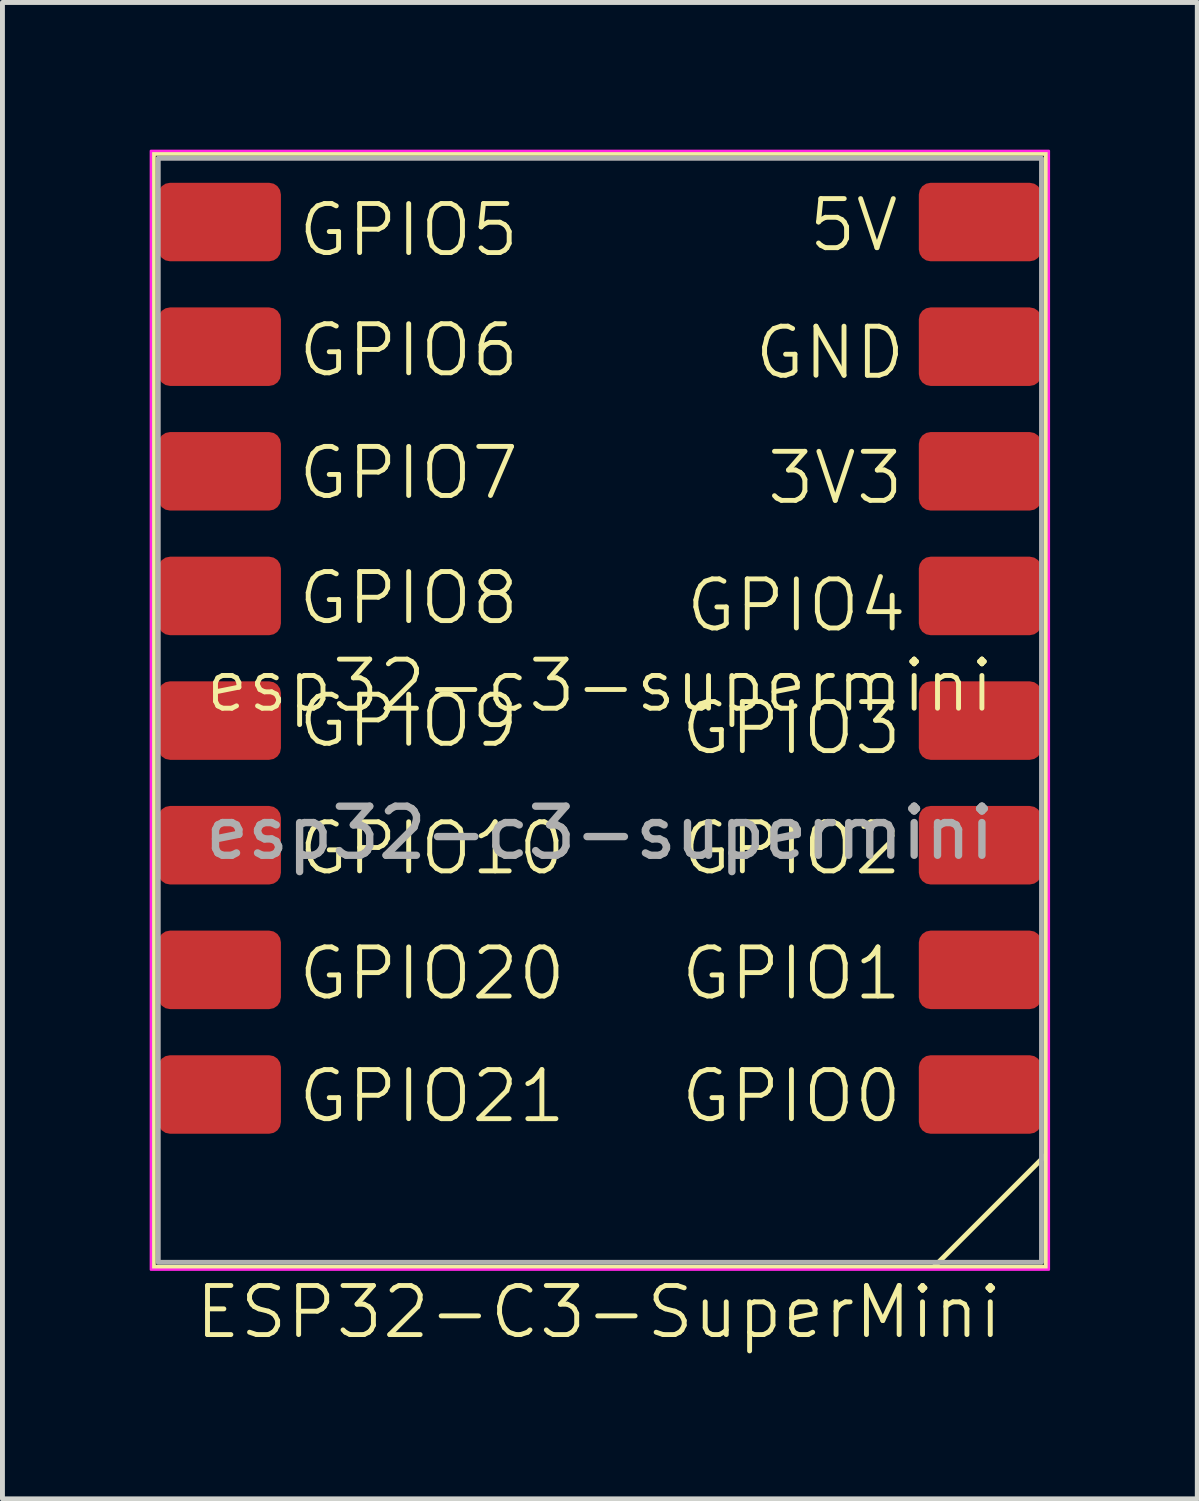
<source format=kicad_pcb>
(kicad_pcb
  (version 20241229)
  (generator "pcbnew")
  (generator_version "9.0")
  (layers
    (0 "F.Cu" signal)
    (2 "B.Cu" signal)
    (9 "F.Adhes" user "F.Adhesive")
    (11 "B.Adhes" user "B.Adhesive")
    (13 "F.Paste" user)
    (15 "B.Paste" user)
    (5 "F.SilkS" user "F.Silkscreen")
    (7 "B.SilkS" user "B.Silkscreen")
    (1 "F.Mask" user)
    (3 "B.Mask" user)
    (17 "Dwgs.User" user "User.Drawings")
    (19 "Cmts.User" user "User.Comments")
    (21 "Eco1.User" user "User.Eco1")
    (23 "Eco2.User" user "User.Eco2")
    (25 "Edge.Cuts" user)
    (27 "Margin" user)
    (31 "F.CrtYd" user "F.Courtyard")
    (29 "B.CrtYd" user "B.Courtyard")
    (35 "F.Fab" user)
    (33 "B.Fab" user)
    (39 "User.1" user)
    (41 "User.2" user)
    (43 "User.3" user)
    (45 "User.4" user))
  (footprint "esp32-c3-supermini"
    (layer "F.Cu")
    (at 9.175 11.425)
    (property "Reference" "esp32-c3-supermini" (at 0 -0.5 0) (unlocked yes) (layer "F.SilkS") (effects (font (size 1 1) (thickness 0.1))))
    (attr smd)
    (fp_line (start 6.8 11.35) (end 9.1 9.05) (stroke (width 0.1) (type default)) (layer "F.SilkS"))
    (fp_rect (start -9.1 -11.35) (end 9.1 11.35) (stroke (width 0.1) (type default)) (fill no) (layer "F.SilkS"))
    (fp_rect (start -9.15 -11.4) (end 9.15 11.4) (stroke (width 0.05) (type default)) (fill no) (layer "F.CrtYd"))
    (fp_rect (start -9 -11.25) (end 9 11.25) (stroke (width 0.1) (type solid)) (fill no) (layer "F.Fab"))
    (fp_text user "5V" (at 4.2 -9.3 0) (unlocked yes) (layer "F.SilkS") (effects (font (size 1 1) (thickness 0.1)) (justify left bottom)))
    (fp_text user "GPIO5" (at -6.2 -9.2 0) (unlocked yes) (layer "F.SilkS") (effects (font (size 1 1) (thickness 0.1)) (justify left bottom)))
    (fp_text user "GPIO8" (at -6.2 -1.7 0) (unlocked yes) (layer "F.SilkS") (effects (font (size 1 1) (thickness 0.1)) (justify left bottom)))
    (fp_text user "3V3" (at 3.35 -4.15 0) (unlocked yes) (layer "F.SilkS") (effects (font (size 1 1) (thickness 0.1)) (justify left bottom)))
    (fp_text user "GPIO21" (at -6.2 8.45 0) (unlocked yes) (layer "F.SilkS") (effects (font (size 1 1) (thickness 0.1)) (justify left bottom)))
    (fp_text user "ESP32-C3-SuperMini" (at -8.3 12.85 0) (unlocked yes) (layer "F.SilkS") (effects (font (size 1 1) (thickness 0.1)) (justify left bottom)))
    (fp_text user "GPIO7" (at -6.2 -4.25 0) (unlocked yes) (layer "F.SilkS") (effects (font (size 1 1) (thickness 0.1)) (justify left bottom)))
    (fp_text user "GND" (at 3.1 -6.7 0) (unlocked yes) (layer "F.SilkS") (effects (font (size 1 1) (thickness 0.1)) (justify left bottom)))
    (fp_text user "GPIO9" (at -6.2 0.8 0) (unlocked yes) (layer "F.SilkS") (effects (font (size 1 1) (thickness 0.1)) (justify left bottom)))
    (fp_text user "GPIO3" (at 1.6 0.95 0) (unlocked yes) (layer "F.SilkS") (effects (font (size 1 1) (thickness 0.1)) (justify left bottom)))
    (fp_text user "GPIO2" (at 1.6 3.4 0) (unlocked yes) (layer "F.SilkS") (effects (font (size 1 1) (thickness 0.1)) (justify left bottom)))
    (fp_text user "GPIO6" (at -6.2 -6.75 0) (unlocked yes) (layer "F.SilkS") (effects (font (size 1 1) (thickness 0.1)) (justify left bottom)))
    (fp_text user "GPIO10" (at -6.2 3.4 0) (unlocked yes) (layer "F.SilkS") (effects (font (size 1 1) (thickness 0.1)) (justify left bottom)))
    (fp_text user "GPIO4" (at 1.7 -1.55 0) (unlocked yes) (layer "F.SilkS") (effects (font (size 1 1) (thickness 0.1)) (justify left bottom)))
    (fp_text user "GPIO1" (at 1.6 5.95 0) (unlocked yes) (layer "F.SilkS") (effects (font (size 1 1) (thickness 0.1)) (justify left bottom)))
    (fp_text user "GPIO20" (at -6.2 5.95 0) (unlocked yes) (layer "F.SilkS") (effects (font (size 1 1) (thickness 0.1)) (justify left bottom)))
    (fp_text user "GPIO0" (at 1.6 8.45 0) (unlocked yes) (layer "F.SilkS") (effects (font (size 1 1) (thickness 0.1)) (justify left bottom)))
    (fp_text user "${REFERENCE}" (at 0 2.5 0) (unlocked yes) (layer "F.Fab") (effects (font (size 1 1) (thickness 0.15))))
    (pad "1" smd roundrect (at 7.75 7.83) (size 2.5 1.6) (layers "F.Cu" "F.Mask" "F.Paste") (roundrect_rratio 0.15))
    (pad "2" smd roundrect (at 7.75 5.29) (size 2.5 1.6) (layers "F.Cu" "F.Mask" "F.Paste") (roundrect_rratio 0.15))
    (pad "3" smd roundrect (at 7.75 2.75) (size 2.5 1.6) (layers "F.Cu" "F.Mask" "F.Paste") (roundrect_rratio 0.15))
    (pad "4" smd roundrect (at 7.75 0.21) (size 2.5 1.6) (layers "F.Cu" "F.Mask" "F.Paste") (roundrect_rratio 0.15))
    (pad "5" smd roundrect (at 7.75 -2.33) (size 2.5 1.6) (layers "F.Cu" "F.Mask" "F.Paste") (roundrect_rratio 0.15))
    (pad "6" smd roundrect (at 7.75 -4.87) (size 2.5 1.6) (layers "F.Cu" "F.Mask" "F.Paste") (roundrect_rratio 0.15))
    (pad "7" smd roundrect (at 7.75 -7.41) (size 2.5 1.6) (layers "F.Cu" "F.Mask" "F.Paste") (roundrect_rratio 0.15))
    (pad "8" smd roundrect (at 7.75 -9.95) (size 2.5 1.6) (layers "F.Cu" "F.Mask" "F.Paste") (roundrect_rratio 0.15))
    (pad "9" smd roundrect (at -7.75 -9.95) (size 2.5 1.6) (layers "F.Cu" "F.Mask" "F.Paste") (roundrect_rratio 0.15))
    (pad "10" smd roundrect (at -7.75 -7.41) (size 2.5 1.6) (layers "F.Cu" "F.Mask" "F.Paste") (roundrect_rratio 0.15))
    (pad "11" smd roundrect (at -7.75 -4.87) (size 2.5 1.6) (layers "F.Cu" "F.Mask" "F.Paste") (roundrect_rratio 0.15))
    (pad "12" smd roundrect (at -7.75 -2.33) (size 2.5 1.6) (layers "F.Cu" "F.Mask" "F.Paste") (roundrect_rratio 0.15))
    (pad "13" smd roundrect (at -7.75 0.21) (size 2.5 1.6) (layers "F.Cu" "F.Mask" "F.Paste") (roundrect_rratio 0.15))
    (pad "14" smd roundrect (at -7.75 2.75) (size 2.5 1.6) (layers "F.Cu" "F.Mask" "F.Paste") (roundrect_rratio 0.15))
    (pad "15" smd roundrect (at -7.75 5.29) (size 2.5 1.6) (layers "F.Cu" "F.Mask" "F.Paste") (roundrect_rratio 0.15))
    (pad "16" smd roundrect (at -7.75 7.83) (size 2.5 1.6) (layers "F.Cu" "F.Mask" "F.Paste") (roundrect_rratio 0.15)))
  (gr_rect
    (start -3 -3)
    (end 21.35 27.496)
    (stroke (width 0.1) (type default))
    (fill no)
    (layer "Edge.Cuts")))
</source>
